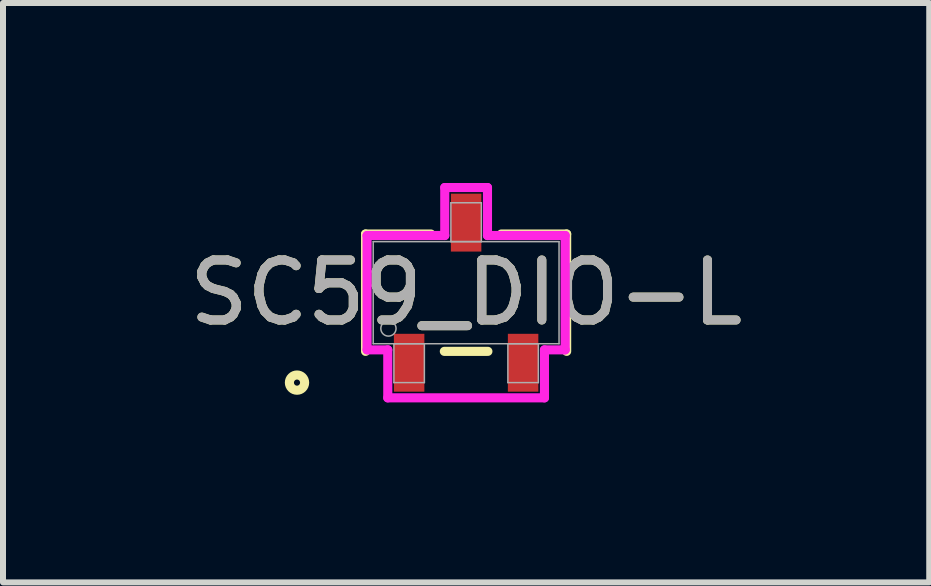
<source format=kicad_pcb>
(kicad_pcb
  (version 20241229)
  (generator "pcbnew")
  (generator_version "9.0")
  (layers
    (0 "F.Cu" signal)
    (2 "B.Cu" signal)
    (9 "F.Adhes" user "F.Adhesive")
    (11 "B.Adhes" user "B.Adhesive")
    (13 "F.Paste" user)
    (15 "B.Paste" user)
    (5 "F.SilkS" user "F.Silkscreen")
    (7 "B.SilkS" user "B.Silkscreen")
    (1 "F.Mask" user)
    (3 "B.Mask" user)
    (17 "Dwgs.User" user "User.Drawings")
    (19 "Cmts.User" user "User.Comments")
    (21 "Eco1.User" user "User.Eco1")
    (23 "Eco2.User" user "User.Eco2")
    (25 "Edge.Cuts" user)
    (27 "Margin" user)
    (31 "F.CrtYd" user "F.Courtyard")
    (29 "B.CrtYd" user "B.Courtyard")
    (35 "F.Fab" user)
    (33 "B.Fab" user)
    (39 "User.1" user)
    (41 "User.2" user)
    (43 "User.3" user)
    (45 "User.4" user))
  (footprint "SC59_DIO-L"
    (layer "F.Cu")
    (at 4.72 1.829)
    (property "Reference" "SC59_DIO-L" (at 0 0 0) (unlocked yes) (layer "F.SilkS") (effects (font (size 1 1) (thickness 0.15))))
    (attr smd)
    (fp_line (start -1.676 -0.978) (end -1.676 0.978) (stroke (width 0.152) (type solid)) (layer "F.SilkS"))
    (fp_line (start -0.587 -0.978) (end -1.676 -0.978) (stroke (width 0.152) (type solid)) (layer "F.SilkS"))
    (fp_line (start -0.363 0.978) (end 0.363 0.978) (stroke (width 0.152) (type solid)) (layer "F.SilkS"))
    (fp_line (start 1.676 -0.978) (end 0.587 -0.978) (stroke (width 0.152) (type solid)) (layer "F.SilkS"))
    (fp_line (start 1.676 0.978) (end 1.676 -0.978) (stroke (width 0.152) (type solid)) (layer "F.SilkS"))
    (fp_circle (center -2.819 1.499) (end -2.692 1.499) (stroke (width 0.152) (type solid)) (fill no) (layer "F.SilkS"))
    (fp_line (start -1.651 -0.953) (end -0.356 -0.953) (stroke (width 0.152) (type solid)) (layer "F.CrtYd"))
    (fp_line (start -1.651 0.953) (end -1.651 -0.953) (stroke (width 0.152) (type solid)) (layer "F.CrtYd"))
    (fp_line (start -1.651 0.953) (end -1.306 0.953) (stroke (width 0.152) (type solid)) (layer "F.CrtYd"))
    (fp_line (start -1.306 0.953) (end -1.306 1.753) (stroke (width 0.152) (type solid)) (layer "F.CrtYd"))
    (fp_line (start -1.306 1.753) (end 1.306 1.753) (stroke (width 0.152) (type solid)) (layer "F.CrtYd"))
    (fp_line (start -0.356 -1.753) (end 0.356 -1.753) (stroke (width 0.152) (type solid)) (layer "F.CrtYd"))
    (fp_line (start -0.356 -0.953) (end -0.356 -1.753) (stroke (width 0.152) (type solid)) (layer "F.CrtYd"))
    (fp_line (start 0.356 -0.953) (end 0.356 -1.753) (stroke (width 0.152) (type solid)) (layer "F.CrtYd"))
    (fp_line (start 1.306 0.953) (end 1.306 1.753) (stroke (width 0.152) (type solid)) (layer "F.CrtYd"))
    (fp_line (start 1.651 -0.953) (end 0.356 -0.953) (stroke (width 0.152) (type solid)) (layer "F.CrtYd"))
    (fp_line (start 1.651 -0.953) (end 1.651 0.953) (stroke (width 0.152) (type solid)) (layer "F.CrtYd"))
    (fp_line (start 1.651 0.953) (end 1.306 0.953) (stroke (width 0.152) (type solid)) (layer "F.CrtYd"))
    (fp_line (start -1.549 -0.851) (end -1.549 0.851) (stroke (width 0.025) (type solid)) (layer "F.Fab"))
    (fp_line (start -1.549 0.851) (end 1.549 0.851) (stroke (width 0.025) (type solid)) (layer "F.Fab"))
    (fp_line (start -1.204 0.851) (end -1.204 1.499) (stroke (width 0.025) (type solid)) (layer "F.Fab"))
    (fp_line (start -1.204 1.499) (end -0.696 1.499) (stroke (width 0.025) (type solid)) (layer "F.Fab"))
    (fp_line (start -0.696 0.851) (end -1.204 0.851) (stroke (width 0.025) (type solid)) (layer "F.Fab"))
    (fp_line (start -0.696 1.499) (end -0.696 0.851) (stroke (width 0.025) (type solid)) (layer "F.Fab"))
    (fp_line (start -0.254 -1.499) (end -0.254 -0.851) (stroke (width 0.025) (type solid)) (layer "F.Fab"))
    (fp_line (start -0.254 -0.851) (end 0.254 -0.851) (stroke (width 0.025) (type solid)) (layer "F.Fab"))
    (fp_line (start 0.254 -1.499) (end -0.254 -1.499) (stroke (width 0.025) (type solid)) (layer "F.Fab"))
    (fp_line (start 0.254 -0.851) (end 0.254 -1.499) (stroke (width 0.025) (type solid)) (layer "F.Fab"))
    (fp_line (start 0.696 0.851) (end 0.696 1.499) (stroke (width 0.025) (type solid)) (layer "F.Fab"))
    (fp_line (start 0.696 1.499) (end 1.204 1.499) (stroke (width 0.025) (type solid)) (layer "F.Fab"))
    (fp_line (start 1.204 0.851) (end 0.696 0.851) (stroke (width 0.025) (type solid)) (layer "F.Fab"))
    (fp_line (start 1.204 1.499) (end 1.204 0.851) (stroke (width 0.025) (type solid)) (layer "F.Fab"))
    (fp_line (start 1.549 -0.851) (end -1.549 -0.851) (stroke (width 0.025) (type solid)) (layer "F.Fab"))
    (fp_line (start 1.549 0.851) (end 1.549 -0.851) (stroke (width 0.025) (type solid)) (layer "F.Fab"))
    (fp_circle (center -1.295 0.597) (end -1.168 0.597) (stroke (width 0.025) (type solid)) (fill no) (layer "F.Fab"))
    (fp_text user "${REFERENCE}" (at 0 0 0) (unlocked yes) (layer "F.Fab") (effects (font (size 1 1) (thickness 0.15))))
    (pad "1" smd rect (at -0.95 1.168) (size 0.508 0.965) (layers "F.Cu" "F.Mask" "F.Paste"))
    (pad "2" smd rect (at 0.95 1.168) (size 0.508 0.965) (layers "F.Cu" "F.Mask" "F.Paste"))
    (pad "3" smd rect (at 0 -1.168) (size 0.508 0.965) (layers "F.Cu" "F.Mask" "F.Paste")))
  (gr_rect
    (start -3 -3)
    (end 12.44 6.658)
    (stroke (width 0.1) (type default))
    (fill no)
    (layer "Edge.Cuts")))
</source>
